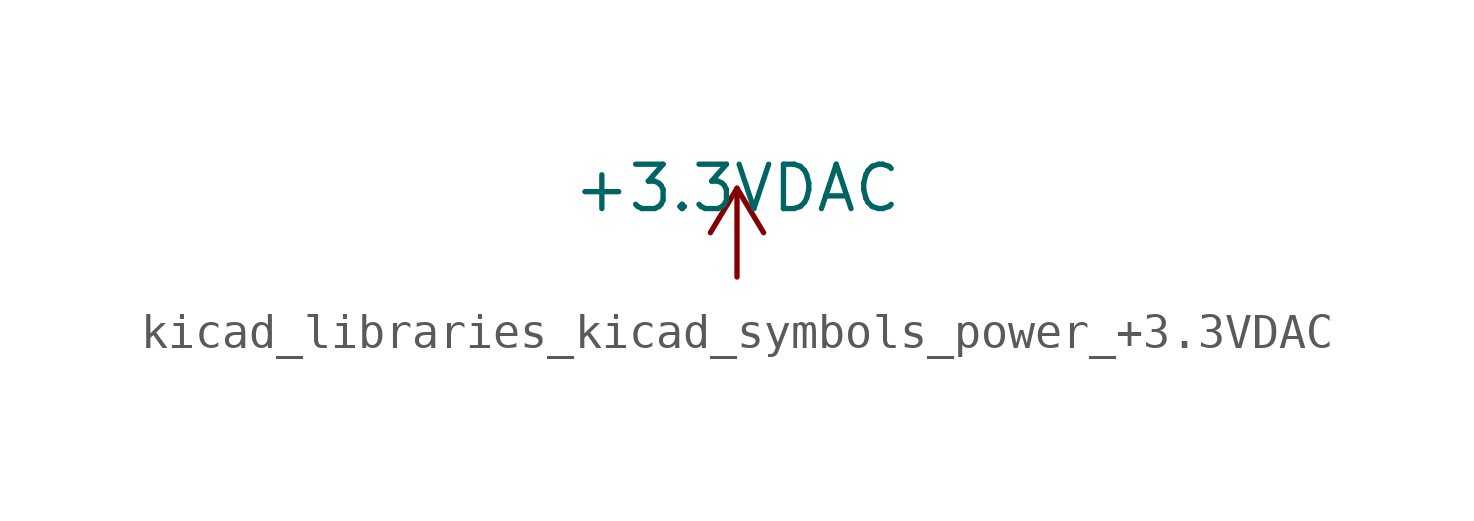
<source format=kicad_sym>
(kicad_symbol_lib
  (version 20220914)
  (generator kicad_symbol_editor)
  (symbol "kicad_libraries_kicad_symbols_power_+3.3VDAC"
    (power)
    (pin_names
      (offset 0))
    (property "Reference" "#PWR"
      (at 3.81 -1.27 0)
      (effects (font (size 1.27 1.27)) hide))
    (property "Value" "+3.3VDAC"
      (at 0 2.54 0)
      (effects (font (size 1.27 1.27))))
    (symbol "kicad_libraries_kicad_symbols_power_+3.3VDAC_0_0"
      (pin power_in line (at 0 0 90) (length 0) hide (name "+3.3VDAC" (effects (font (size 1.27 1.27)))) (number "1" (effects (font (size 1.27 1.27))))))
    (symbol "kicad_libraries_kicad_symbols_power_+3.3VDAC_0_1"
      (polyline (pts (xy -0.762 1.27) (xy 0 2.54)) (stroke (width 0) (type default)) (fill (type none)))
      (polyline (pts (xy 0 0) (xy 0 2.54)) (stroke (width 0) (type default)) (fill (type none)))
      (polyline (pts (xy 0 2.54) (xy 0.762 1.27)) (stroke (width 0) (type default)) (fill (type none))))))
</source>
